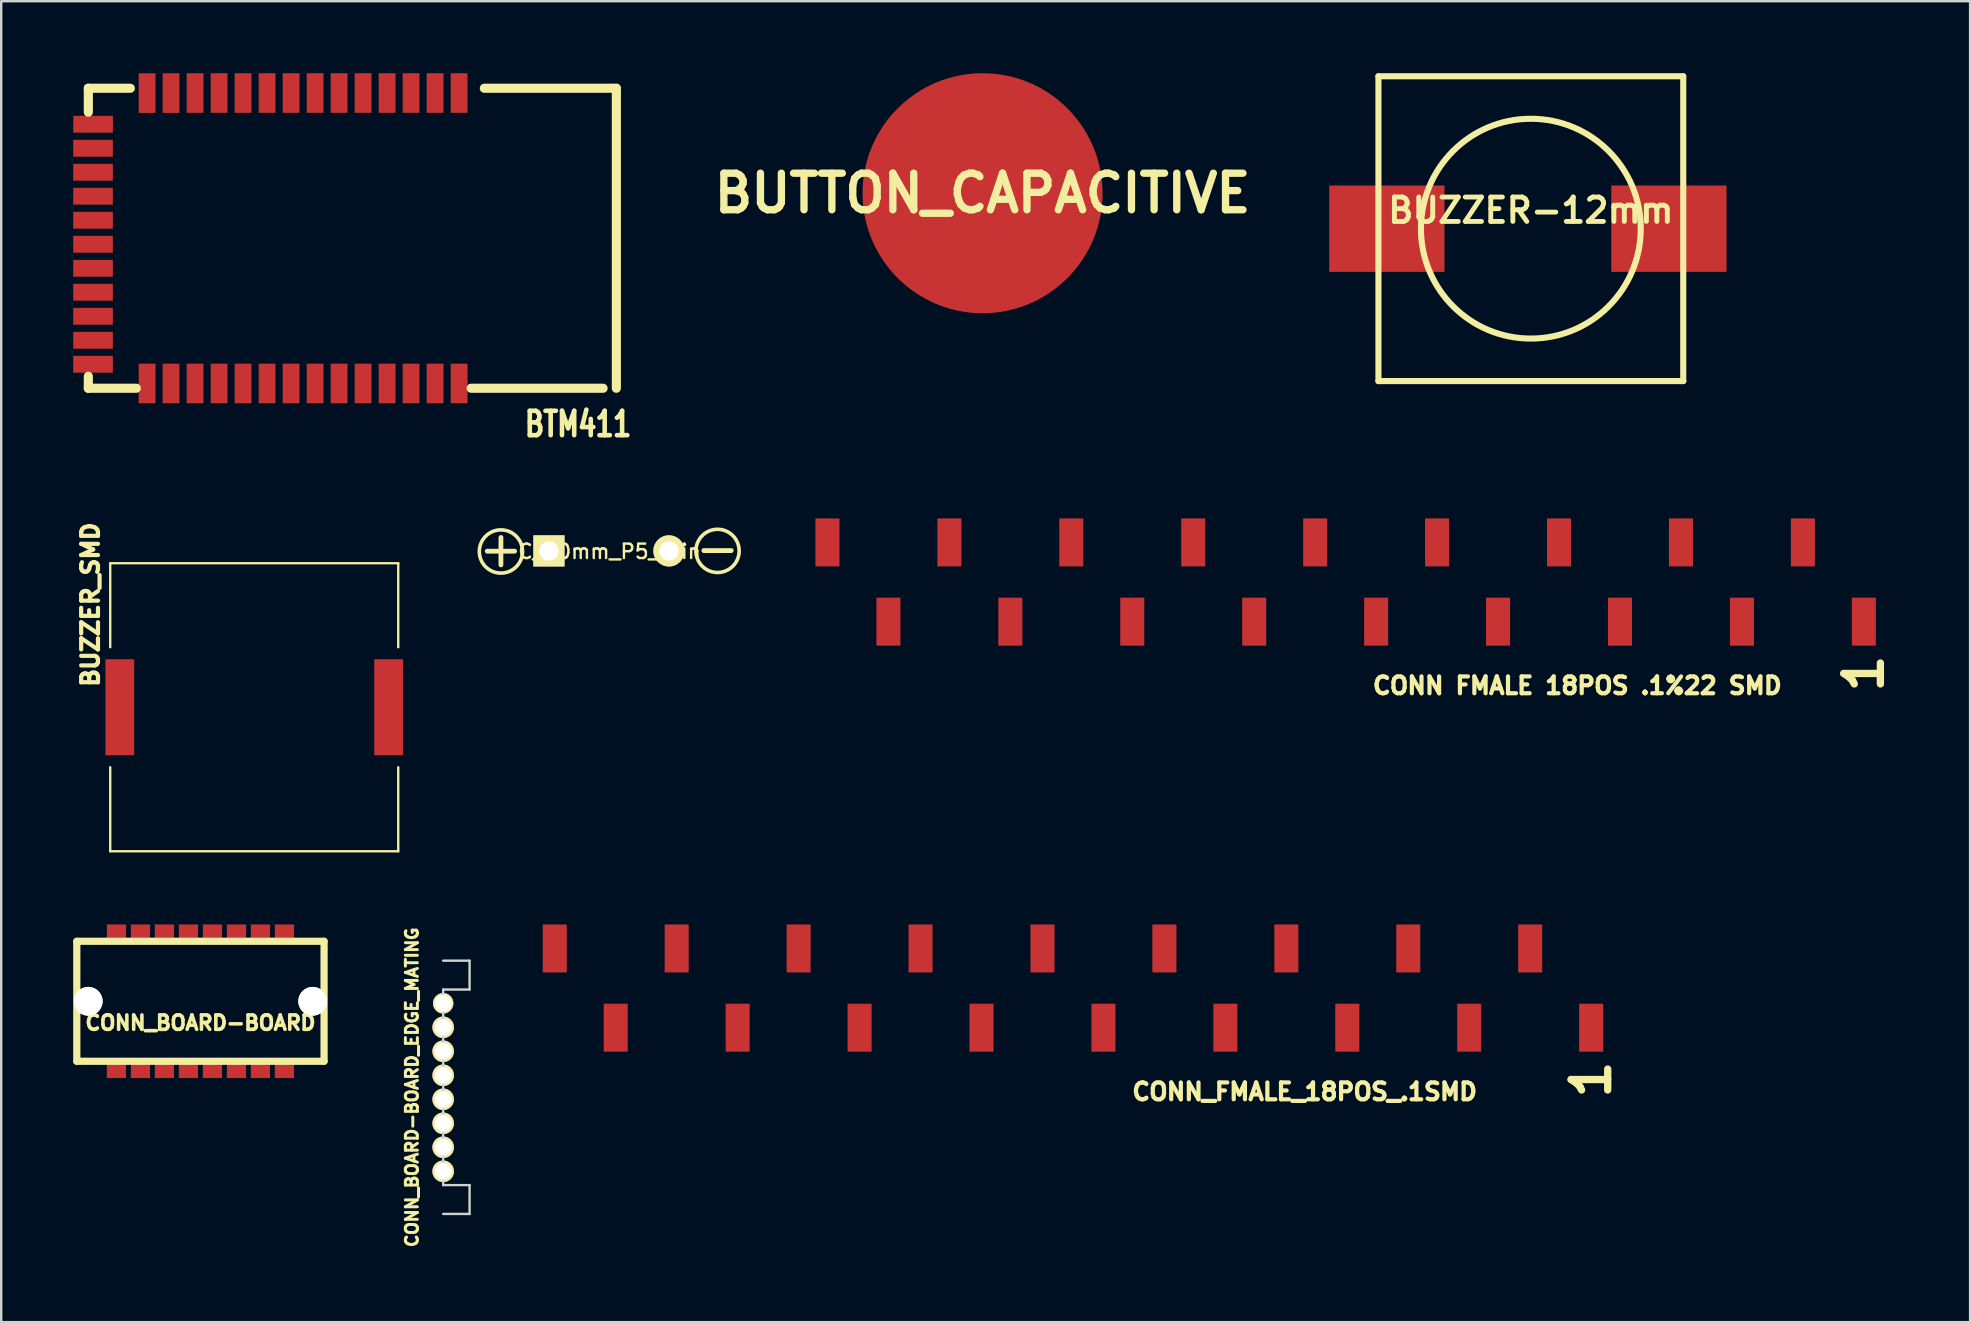
<source format=kicad_pcb>
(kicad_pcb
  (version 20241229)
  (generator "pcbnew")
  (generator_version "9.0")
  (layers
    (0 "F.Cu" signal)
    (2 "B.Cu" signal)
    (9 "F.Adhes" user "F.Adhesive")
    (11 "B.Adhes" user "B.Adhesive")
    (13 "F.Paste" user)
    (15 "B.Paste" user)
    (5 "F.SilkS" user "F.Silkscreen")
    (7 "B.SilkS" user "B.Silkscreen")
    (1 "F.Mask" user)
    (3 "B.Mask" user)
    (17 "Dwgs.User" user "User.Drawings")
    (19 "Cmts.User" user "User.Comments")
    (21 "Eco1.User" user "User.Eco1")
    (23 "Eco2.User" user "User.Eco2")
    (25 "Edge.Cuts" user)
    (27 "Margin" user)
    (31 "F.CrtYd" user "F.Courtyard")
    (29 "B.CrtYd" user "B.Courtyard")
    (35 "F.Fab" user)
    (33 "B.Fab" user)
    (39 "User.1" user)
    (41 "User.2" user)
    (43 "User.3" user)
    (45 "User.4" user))
  (footprint "BUZZER-12mm"
    (layer "F.Cu")
    (at 60.73 6.477)
    (property "Reference" "BUZZER-12mm" (at 0 -0.762 0) (layer "F.SilkS") (effects (font (size 1.016 1.016) (thickness 0.203))))
    (attr through_hole)
    (fp_line (start -6.35 -6.35) (end 6.35 -6.35) (stroke (width 0.254) (type solid)) (layer "F.SilkS"))
    (fp_line (start -6.35 6.35) (end -6.35 -6.35) (stroke (width 0.254) (type solid)) (layer "F.SilkS"))
    (fp_line (start 6.35 -6.35) (end 6.35 6.35) (stroke (width 0.254) (type solid)) (layer "F.SilkS"))
    (fp_line (start 6.35 6.35) (end -6.35 6.35) (stroke (width 0.254) (type solid)) (layer "F.SilkS"))
    (fp_circle (center 0 0) (end 3.81 2.54) (stroke (width 0.254) (type solid)) (fill no) (layer "F.SilkS"))
    (pad "1" smd rect (at -5.999 0) (size 4.801 3.599) (layers "F.Cu" "F.Mask" "F.Paste"))
    (pad "2" smd rect (at 5.751 0) (size 4.801 3.599) (layers "F.Cu" "F.Mask" "F.Paste")))
  (footprint "BTM411"
    (layer "F.Cu")
    (at 11.13 7.127)
    (property "Reference" "BTM411" (at 9.906 7.493 0) (layer "F.SilkS") (effects (font (size 1.016 0.762) (thickness 0.191))))
    (attr through_hole)
    (fp_line (start -10.5 -6.5) (end -8.75 -6.5) (stroke (width 0.381) (type solid)) (layer "F.SilkS"))
    (fp_line (start -10.5 -5.502) (end -10.5 -6.5) (stroke (width 0.381) (type solid)) (layer "F.SilkS"))
    (fp_line (start -10.5 5.999) (end -10.5 5.499) (stroke (width 0.381) (type solid)) (layer "F.SilkS"))
    (fp_line (start -8.501 5.999) (end -10.5 5.999) (stroke (width 0.381) (type solid)) (layer "F.SilkS"))
    (fp_line (start 10.947 5.999) (end 5.448 5.999) (stroke (width 0.381) (type solid)) (layer "F.SilkS"))
    (fp_line (start 11.499 -6.5) (end 5.999 -6.5) (stroke (width 0.381) (type solid)) (layer "F.SilkS"))
    (fp_line (start 11.499 5.999) (end 11.499 -6.5) (stroke (width 0.381) (type solid)) (layer "F.SilkS"))
    (pad "1" smd rect (at -10.302 -5.001) (size 1.651 0.701) (layers "F.Cu" "F.Mask" "F.Paste"))
    (pad "2" smd rect (at -10.305 -4) (size 1.651 0.701) (layers "F.Cu" "F.Mask" "F.Paste"))
    (pad "3" smd rect (at -10.305 -3) (size 1.651 0.701) (layers "F.Cu" "F.Mask" "F.Paste"))
    (pad "4" smd rect (at -10.305 -2.002) (size 1.651 0.701) (layers "F.Cu" "F.Mask" "F.Paste"))
    (pad "5" smd rect (at -10.305 -1.001) (size 1.651 0.701) (layers "F.Cu" "F.Mask" "F.Paste"))
    (pad "6" smd rect (at -10.305 0) (size 1.651 0.701) (layers "F.Cu" "F.Mask" "F.Paste"))
    (pad "7" smd rect (at -10.305 1.001) (size 1.651 0.701) (layers "F.Cu" "F.Mask" "F.Paste"))
    (pad "8" smd rect (at -10.305 1.999) (size 1.651 0.701) (layers "F.Cu" "F.Mask" "F.Paste"))
    (pad "9" smd rect (at -10.305 3) (size 1.651 0.701) (layers "F.Cu" "F.Mask" "F.Paste"))
    (pad "10" smd rect (at -10.305 4) (size 1.651 0.701) (layers "F.Cu" "F.Mask" "F.Paste"))
    (pad "11" smd rect (at -10.305 4.999) (size 1.651 0.701) (layers "F.Cu" "F.Mask" "F.Paste"))
    (pad "12" smd rect (at -8.052 5.799) (size 0.701 1.651) (layers "F.Cu" "F.Mask" "F.Paste"))
    (pad "13" smd rect (at -7.054 5.799) (size 0.701 1.651) (layers "F.Cu" "F.Mask" "F.Paste"))
    (pad "14" smd rect (at -6.053 5.799) (size 0.701 1.651) (layers "F.Cu" "F.Mask" "F.Paste"))
    (pad "15" smd rect (at -5.052 5.799) (size 0.701 1.651) (layers "F.Cu" "F.Mask" "F.Paste"))
    (pad "16" smd rect (at -4.054 5.799) (size 0.701 1.651) (layers "F.Cu" "F.Mask" "F.Paste"))
    (pad "17" smd rect (at -3.053 5.799) (size 0.701 1.651) (layers "F.Cu" "F.Mask" "F.Paste"))
    (pad "18" smd rect (at -2.052 5.799) (size 0.701 1.651) (layers "F.Cu" "F.Mask" "F.Paste"))
    (pad "19" smd rect (at -1.052 5.799) (size 0.701 1.651) (layers "F.Cu" "F.Mask" "F.Paste"))
    (pad "20" smd rect (at -0.053 5.799) (size 0.701 1.651) (layers "F.Cu" "F.Mask" "F.Paste"))
    (pad "21" smd rect (at 0.947 5.799) (size 0.701 1.651) (layers "F.Cu" "F.Mask" "F.Paste"))
    (pad "22" smd rect (at 1.948 5.799) (size 0.701 1.651) (layers "F.Cu" "F.Mask" "F.Paste"))
    (pad "23" smd rect (at 2.946 5.799) (size 0.701 1.651) (layers "F.Cu" "F.Mask" "F.Paste"))
    (pad "24" smd rect (at 3.947 5.799) (size 0.701 1.651) (layers "F.Cu" "F.Mask" "F.Paste"))
    (pad "25" smd rect (at 4.948 5.799) (size 0.701 1.651) (layers "F.Cu" "F.Mask" "F.Paste"))
    (pad "37" smd rect (at 4.948 -6.302) (size 0.701 1.651) (layers "F.Cu" "F.Mask" "F.Paste"))
    (pad "38" smd rect (at 3.947 -6.302) (size 0.701 1.651) (layers "F.Cu" "F.Mask" "F.Paste"))
    (pad "39" smd rect (at 2.946 -6.302) (size 0.701 1.651) (layers "F.Cu" "F.Mask" "F.Paste"))
    (pad "40" smd rect (at 1.948 -6.302) (size 0.701 1.651) (layers "F.Cu" "F.Mask" "F.Paste"))
    (pad "41" smd rect (at 0.947 -6.302) (size 0.701 1.651) (layers "F.Cu" "F.Mask" "F.Paste"))
    (pad "42" smd rect (at -0.053 -6.302) (size 0.701 1.651) (layers "F.Cu" "F.Mask" "F.Paste"))
    (pad "43" smd rect (at -1.052 -6.302) (size 0.701 1.651) (layers "F.Cu" "F.Mask" "F.Paste"))
    (pad "44" smd rect (at -2.052 -6.302) (size 0.701 1.651) (layers "F.Cu" "F.Mask" "F.Paste"))
    (pad "45" smd rect (at -3.053 -6.302) (size 0.701 1.651) (layers "F.Cu" "F.Mask" "F.Paste"))
    (pad "46" smd rect (at -4.054 -6.302) (size 0.701 1.651) (layers "F.Cu" "F.Mask" "F.Paste"))
    (pad "47" smd rect (at -5.052 -6.302) (size 0.701 1.651) (layers "F.Cu" "F.Mask" "F.Paste"))
    (pad "48" smd rect (at -6.053 -6.302) (size 0.701 1.651) (layers "F.Cu" "F.Mask" "F.Paste"))
    (pad "49" smd rect (at -7.054 -6.299) (size 0.701 1.651) (layers "F.Cu" "F.Mask" "F.Paste"))
    (pad "50" smd rect (at -8.052 -6.299) (size 0.701 1.651) (layers "F.Cu" "F.Mask" "F.Paste")))
  (footprint "C_10mm_P5_thin"
    (layer "F.Cu")
    (at 19.82 19.902)
    (property "Reference" "C_10mm_P5_thin" (at 2.525 0.025 0) (layer "F.SilkS") (effects (font (size 0.6 0.6) (thickness 0.1))))
    (attr through_hole)
    (fp_circle (center -2 0.025) (end -2.9 0) (stroke (width 0.15) (type solid)) (fill no) (layer "F.SilkS"))
    (fp_circle (center 7.025 0) (end 6.125 -0.025) (stroke (width 0.15) (type solid)) (fill no) (layer "F.SilkS"))
    (fp_text user "+" (at -2 -0.1 0) (layer "F.SilkS") (effects (font (size 1.5 1.5) (thickness 0.2))))
    (fp_text user "-" (at 7.025 -0.125 0) (layer "F.SilkS") (effects (font (size 1.5 1.5) (thickness 0.2))))
    (pad "1" thru_hole rect (at 0 0) (size 1.3 1.3) (drill 0.8) (layers "*.Cu" "*.Mask" "F.SilkS"))
    (pad "2" thru_hole circle (at 5 0) (size 1.3 1.3) (drill 0.8) (layers "*.Cu" "*.Mask" "F.SilkS")))
  (footprint "CONN FMALE 18POS .1%22 SMD"
    (layer "F.Cu")
    (at 62.666 21.199)
    (property "Reference" "CONN FMALE 18POS .1%22 SMD" (at 0 4.318 0) (layer "F.SilkS") (effects (font (size 0.701 0.701) (thickness 0.175))))
    (attr through_hole)
    (fp_text user "1" (at 11.938 3.81 90) (layer "F.SilkS") (effects (font (size 1.524 1.524) (thickness 0.305))))
    (pad "1" smd rect (at 11.938 1.651) (size 1.001 1.999) (layers "F.Cu" "F.Mask" "F.Paste"))
    (pad "2" smd rect (at 9.398 -1.651) (size 1.001 1.999) (layers "F.Cu" "F.Mask" "F.Paste"))
    (pad "3" smd rect (at 6.858 1.651) (size 1.001 1.999) (layers "F.Cu" "F.Mask" "F.Paste"))
    (pad "4" smd rect (at 4.318 -1.651) (size 1.001 1.999) (layers "F.Cu" "F.Mask" "F.Paste"))
    (pad "5" smd rect (at 1.778 1.651) (size 1.001 1.999) (layers "F.Cu" "F.Mask" "F.Paste"))
    (pad "6" smd rect (at -0.762 -1.651) (size 1.001 1.999) (layers "F.Cu" "F.Mask" "F.Paste"))
    (pad "7" smd rect (at -3.302 1.651) (size 1.001 1.999) (layers "F.Cu" "F.Mask" "F.Paste"))
    (pad "8" smd rect (at -5.842 -1.651) (size 1.001 1.999) (layers "F.Cu" "F.Mask" "F.Paste"))
    (pad "9" smd rect (at -8.382 1.651) (size 1.001 1.999) (layers "F.Cu" "F.Mask" "F.Paste"))
    (pad "10" smd rect (at -10.922 -1.651) (size 1.001 1.999) (layers "F.Cu" "F.Mask" "F.Paste"))
    (pad "11" smd rect (at -13.462 1.651) (size 1.001 1.999) (layers "F.Cu" "F.Mask" "F.Paste"))
    (pad "12" smd rect (at -16.002 -1.651) (size 1.001 1.999) (layers "F.Cu" "F.Mask" "F.Paste"))
    (pad "13" smd rect (at -18.542 1.651) (size 1.001 1.999) (layers "F.Cu" "F.Mask" "F.Paste"))
    (pad "14" smd rect (at -21.082 -1.651) (size 1.001 1.999) (layers "F.Cu" "F.Mask" "F.Paste"))
    (pad "15" smd rect (at -23.622 1.651) (size 1.001 1.999) (layers "F.Cu" "F.Mask" "F.Paste"))
    (pad "16" smd rect (at -26.162 -1.651) (size 1.001 1.999) (layers "F.Cu" "F.Mask" "F.Paste"))
    (pad "17" smd rect (at -28.702 1.651) (size 1.001 1.999) (layers "F.Cu" "F.Mask" "F.Paste"))
    (pad "18" smd rect (at -31.242 -1.651) (size 1.001 1.999) (layers "F.Cu" "F.Mask" "F.Paste")))
  (footprint "CONN_BOARD-BOARD_EDGE_MATING"
    (layer "F.Cu")
    (at 15.414 42.251)
    (property "Reference" "CONN_BOARD-BOARD_EDGE_MATING" (at -1.3 0 90) (layer "F.SilkS") (effects (font (size 0.5 0.5) (thickness 0.124))))
    (attr through_hole)
    (fp_line (start 0 -5.276) (end 1.1 -5.276) (stroke (width 0.099) (type solid)) (layer "Edge.Cuts"))
    (fp_line (start 0 -4.074) (end 0 4.074) (stroke (width 0.099) (type solid)) (layer "Edge.Cuts"))
    (fp_line (start 0 4.074) (end 1.1 4.074) (stroke (width 0.099) (type solid)) (layer "Edge.Cuts"))
    (fp_line (start 1.1 -5.276) (end 1.1 -4.074) (stroke (width 0.099) (type solid)) (layer "Edge.Cuts"))
    (fp_line (start 1.1 -4.074) (end 0 -4.074) (stroke (width 0.099) (type solid)) (layer "Edge.Cuts"))
    (fp_line (start 1.1 4.074) (end 1.1 5.276) (stroke (width 0.099) (type solid)) (layer "Edge.Cuts"))
    (fp_line (start 1.1 5.276) (end 0 5.276) (stroke (width 0.099) (type solid)) (layer "Edge.Cuts"))
    (pad "1" thru_hole circle (at 0 -3.5) (size 0.851 0.851) (drill 0.701) (layers "*.Cu" "*.Mask" "F.SilkS"))
    (pad "2" thru_hole circle (at 0 -2.499) (size 0.899 0.899) (drill 0.701) (layers "*.Cu" "*.Mask" "F.SilkS"))
    (pad "3" thru_hole circle (at 0 -1.501) (size 0.899 0.899) (drill 0.701) (layers "*.Cu" "*.Mask" "F.SilkS"))
    (pad "4" thru_hole circle (at 0 -0.5) (size 0.899 0.899) (drill 0.701) (layers "*.Cu" "*.Mask" "F.SilkS"))
    (pad "5" thru_hole circle (at 0 0.5) (size 0.899 0.899) (drill 0.701) (layers "*.Cu" "*.Mask" "F.SilkS"))
    (pad "6" thru_hole circle (at 0 1.501) (size 0.899 0.899) (drill 0.701) (layers "*.Cu" "*.Mask" "F.SilkS"))
    (pad "7" thru_hole circle (at 0 2.499) (size 0.899 0.899) (drill 0.701) (layers "*.Cu" "*.Mask" "F.SilkS"))
    (pad "8" thru_hole circle (at 0 3.5) (size 0.899 0.899) (drill 0.701) (layers "*.Cu" "*.Mask" "F.SilkS")))
  (footprint "BUTTON_CAPACITIVE"
    (layer "F.Cu")
    (at 37.886 5)
    (property "Reference" "BUTTON_CAPACITIVE" (at 0 0 0) (layer "F.SilkS") (effects (font (size 1.524 1.524) (thickness 0.305))))
    (attr through_hole)
    (pad "1" connect circle (at 0 0) (size 10 10) (layers "F.Cu")))
  (footprint "BUZZER_SMD"
    (layer "F.Cu")
    (at 7.542 26.416)
    (property "Reference" "BUZZER_SMD" (at -6.825 -4.275 90) (layer "F.SilkS") (effects (font (size 0.7 0.7) (thickness 0.175))))
    (attr through_hole)
    (fp_line (start -6 -6) (end 6 -6) (stroke (width 0.099) (type solid)) (layer "F.SilkS"))
    (fp_line (start -6 -2.5) (end -6 -6) (stroke (width 0.099) (type solid)) (layer "F.SilkS"))
    (fp_line (start -6 6) (end -6 2.5) (stroke (width 0.099) (type solid)) (layer "F.SilkS"))
    (fp_line (start 6 -6) (end 6 -2.5) (stroke (width 0.099) (type solid)) (layer "F.SilkS"))
    (fp_line (start 6 2.5) (end 6 6) (stroke (width 0.099) (type solid)) (layer "F.SilkS"))
    (fp_line (start 6 6) (end -6 6) (stroke (width 0.099) (type solid)) (layer "F.SilkS"))
    (pad "1" smd rect (at -5.6 0) (size 1.2 4) (layers "F.Cu" "F.Mask" "F.Paste"))
    (pad "2" smd rect (at 5.6 0) (size 1.2 4) (layers "F.Cu" "F.Mask" "F.Paste")))
  (footprint "CONN_FMALE_18POS_.1SMD"
    (layer "F.Cu")
    (at 51.305 38.116)
    (property "Reference" "CONN_FMALE_18POS_.1SMD" (at 0 4.318 0) (layer "F.SilkS") (effects (font (size 0.701 0.701) (thickness 0.175))))
    (attr through_hole)
    (fp_text user "1" (at 11.938 3.81 90) (layer "F.SilkS") (effects (font (size 1.524 1.524) (thickness 0.305))))
    (pad "1" smd rect (at 11.938 1.651) (size 1.001 1.999) (layers "F.Cu" "F.Mask" "F.Paste"))
    (pad "2" smd rect (at 9.398 -1.651) (size 1.001 1.999) (layers "F.Cu" "F.Mask" "F.Paste"))
    (pad "3" smd rect (at 6.858 1.651) (size 1.001 1.999) (layers "F.Cu" "F.Mask" "F.Paste"))
    (pad "4" smd rect (at 4.318 -1.651) (size 1.001 1.999) (layers "F.Cu" "F.Mask" "F.Paste"))
    (pad "5" smd rect (at 1.778 1.651) (size 1.001 1.999) (layers "F.Cu" "F.Mask" "F.Paste"))
    (pad "6" smd rect (at -0.762 -1.651) (size 1.001 1.999) (layers "F.Cu" "F.Mask" "F.Paste"))
    (pad "7" smd rect (at -3.302 1.651) (size 1.001 1.999) (layers "F.Cu" "F.Mask" "F.Paste"))
    (pad "8" smd rect (at -5.842 -1.651) (size 1.001 1.999) (layers "F.Cu" "F.Mask" "F.Paste"))
    (pad "9" smd rect (at -8.382 1.651) (size 1.001 1.999) (layers "F.Cu" "F.Mask" "F.Paste"))
    (pad "10" smd rect (at -10.922 -1.651) (size 1.001 1.999) (layers "F.Cu" "F.Mask" "F.Paste"))
    (pad "11" smd rect (at -13.462 1.651) (size 1.001 1.999) (layers "F.Cu" "F.Mask" "F.Paste"))
    (pad "12" smd rect (at -16.002 -1.651) (size 1.001 1.999) (layers "F.Cu" "F.Mask" "F.Paste"))
    (pad "13" smd rect (at -18.542 1.651) (size 1.001 1.999) (layers "F.Cu" "F.Mask" "F.Paste"))
    (pad "14" smd rect (at -21.082 -1.651) (size 1.001 1.999) (layers "F.Cu" "F.Mask" "F.Paste"))
    (pad "15" smd rect (at -23.622 1.651) (size 1.001 1.999) (layers "F.Cu" "F.Mask" "F.Paste"))
    (pad "16" smd rect (at -26.162 -1.651) (size 1.001 1.999) (layers "F.Cu" "F.Mask" "F.Paste"))
    (pad "17" smd rect (at -28.702 1.651) (size 1.001 1.999) (layers "F.Cu" "F.Mask" "F.Paste"))
    (pad "18" smd rect (at -31.242 -1.651) (size 1.001 1.999) (layers "F.Cu" "F.Mask" "F.Paste")))
  (footprint "CONN_BOARD-BOARD"
    (layer "F.Cu")
    (at 5.301 38.666)
    (property "Reference" "CONN_BOARD-BOARD" (at 0 0.899 0) (layer "F.SilkS") (effects (font (size 0.599 0.599) (thickness 0.15))))
    (attr through_hole)
    (fp_line (start -5.151 -2.499) (end 5.151 -2.499) (stroke (width 0.3) (type solid)) (layer "F.SilkS"))
    (fp_line (start -5.151 2.499) (end -5.151 -2.499) (stroke (width 0.3) (type solid)) (layer "F.SilkS"))
    (fp_line (start 5.151 -2.499) (end 5.151 2.499) (stroke (width 0.3) (type solid)) (layer "F.SilkS"))
    (fp_line (start 5.151 2.499) (end -5.151 2.499) (stroke (width 0.3) (type solid)) (layer "F.SilkS"))
    (pad "" np_thru_hole circle (at -4.676 0) (size 1.199 1.199) (drill 1.199) (layers "*.Cu" "*.Mask" "F.SilkS"))
    (pad "" smd rect (at -3.5 -2.85) (size 0.8 0.701) (layers "F.Cu" "F.Mask" "F.Paste"))
    (pad "" smd rect (at -2.499 -2.85) (size 0.8 0.701) (layers "F.Cu" "F.Mask" "F.Paste"))
    (pad "" smd rect (at -1.501 -2.85) (size 0.8 0.701) (layers "F.Cu" "F.Mask" "F.Paste"))
    (pad "" smd rect (at -0.5 -2.85) (size 0.8 0.701) (layers "F.Cu" "F.Mask" "F.Paste"))
    (pad "" smd rect (at 0.5 -2.85) (size 0.8 0.701) (layers "F.Cu" "F.Mask" "F.Paste"))
    (pad "" smd rect (at 1.501 -2.85) (size 0.8 0.701) (layers "F.Cu" "F.Mask" "F.Paste"))
    (pad "" smd rect (at 2.499 -2.85) (size 0.8 0.701) (layers "F.Cu" "F.Mask" "F.Paste"))
    (pad "" smd rect (at 3.5 -2.85) (size 0.8 0.701) (layers "F.Cu" "F.Mask" "F.Paste"))
    (pad "" np_thru_hole circle (at 4.676 0) (size 1.199 1.199) (drill 1.199) (layers "*.Cu" "*.Mask" "F.SilkS"))
    (pad "1" smd rect (at -3.5 2.85) (size 0.8 0.701) (layers "F.Cu" "F.Mask" "F.Paste"))
    (pad "2" smd rect (at -2.499 2.85) (size 0.8 0.701) (layers "F.Cu" "F.Mask" "F.Paste"))
    (pad "3" smd rect (at -1.501 2.85) (size 0.8 0.701) (layers "F.Cu" "F.Mask" "F.Paste"))
    (pad "4" smd rect (at -0.5 2.85) (size 0.8 0.701) (layers "F.Cu" "F.Mask" "F.Paste"))
    (pad "5" smd rect (at 0.5 2.85) (size 0.8 0.701) (layers "F.Cu" "F.Mask" "F.Paste"))
    (pad "6" smd rect (at 1.501 2.85) (size 0.8 0.701) (layers "F.Cu" "F.Mask" "F.Paste"))
    (pad "7" smd rect (at 2.499 2.85) (size 0.8 0.701) (layers "F.Cu" "F.Mask" "F.Paste"))
    (pad "8" smd rect (at 3.5 2.85) (size 0.8 0.701) (layers "F.Cu" "F.Mask" "F.Paste")))
  (gr_rect
    (start -3 -3)
    (end 79.031 52.035)
    (stroke (width 0.1) (type default))
    (fill no)
    (layer "Edge.Cuts")))
</source>
